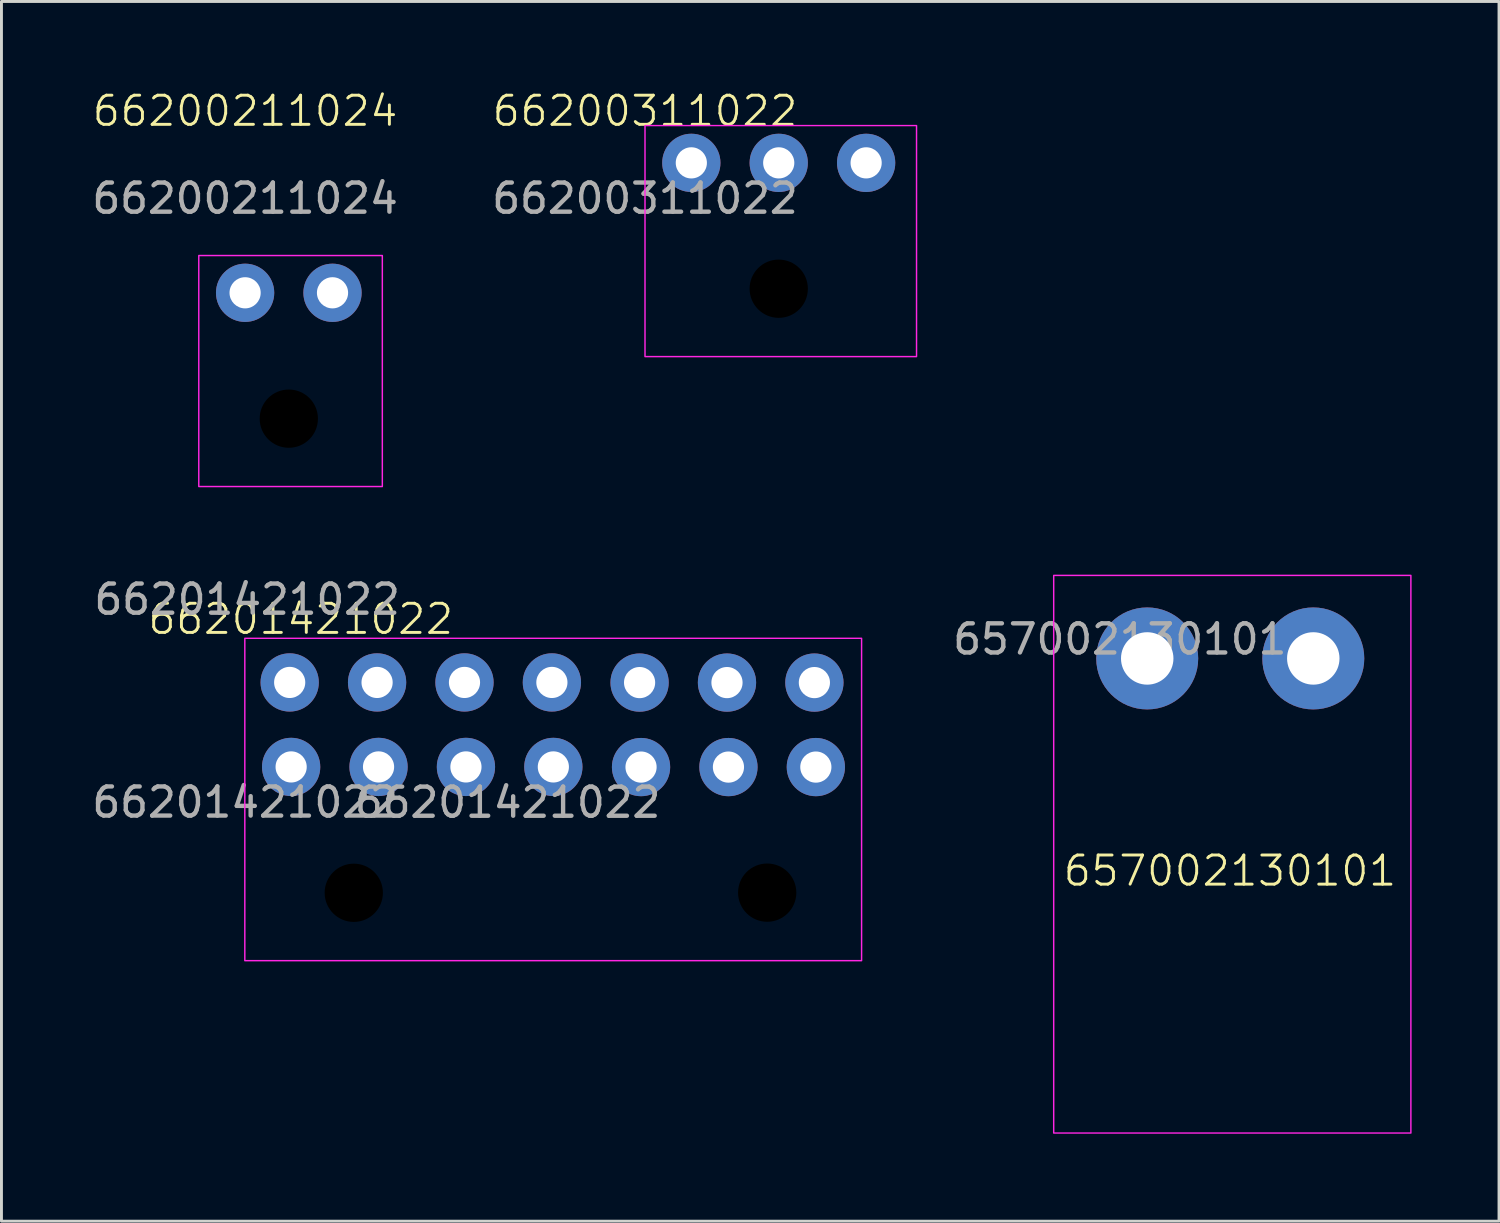
<source format=kicad_pcb>
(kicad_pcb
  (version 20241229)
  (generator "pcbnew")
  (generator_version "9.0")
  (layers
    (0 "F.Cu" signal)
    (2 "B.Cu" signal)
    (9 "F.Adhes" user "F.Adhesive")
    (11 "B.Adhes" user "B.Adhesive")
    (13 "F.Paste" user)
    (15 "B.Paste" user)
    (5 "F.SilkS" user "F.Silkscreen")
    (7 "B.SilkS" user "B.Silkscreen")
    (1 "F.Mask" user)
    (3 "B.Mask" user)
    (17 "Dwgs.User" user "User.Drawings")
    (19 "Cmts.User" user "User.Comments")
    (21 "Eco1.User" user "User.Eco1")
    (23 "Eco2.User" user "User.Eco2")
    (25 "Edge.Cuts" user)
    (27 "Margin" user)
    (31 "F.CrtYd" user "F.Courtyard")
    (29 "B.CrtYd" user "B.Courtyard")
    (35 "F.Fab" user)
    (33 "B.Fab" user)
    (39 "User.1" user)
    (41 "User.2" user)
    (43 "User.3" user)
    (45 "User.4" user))
  (footprint "66200211024"
    (layer "F.Cu")
    (at 5.363 7)
    (property "Reference" "66200211024" (at 0 -6.24 0) (unlocked yes) (layer "F.SilkS") (effects (font (size 1 1) (thickness 0.1))))
    (attr through_hole)
    (fp_rect (start -1.59 -1.28) (end 4.71 6.65) (stroke (width 0.05) (type default)) (fill no) (layer "F.CrtYd"))
    (fp_text user "${REFERENCE}" (at 0 -3.24 0) (unlocked yes) (layer "F.Fab") (effects (font (size 1 1) (thickness 0.15))))
    (pad "" np_thru_hole circle (at 1.5 4.32) (size 2 2) (drill 3) (layers "*.Mask"))
    (pad "1" thru_hole circle (at 3 0) (size 2 2) (drill 1.07) (layers "*.Cu" "*.Mask"))
    (pad "2" thru_hole circle (at 0 0) (size 2 2) (drill 1.07) (layers "*.Cu" "*.Mask")))
  (footprint "66201421022"
    (layer "F.Cu")
    (at 5.363 21.989)
    (property "Reference" "66201421022" (at 1.91 -3.79 0) (unlocked yes) (layer "F.SilkS") (effects (font (size 1 1) (thickness 0.1))))
    (attr smd)
    (fp_rect (start -0.01 -3.13) (end 21.16 7.935) (stroke (width 0.05) (type default)) (fill no) (layer "F.CrtYd"))
    (fp_text user "${REFERENCE}" (at 0 2.5 0) (unlocked yes) (layer "F.Fab") (effects (font (size 1 1) (thickness 0.15))))
    (fp_text user "${REFERENCE}" (at 9.01 2.505 0) (unlocked yes) (layer "F.Fab") (effects (font (size 1 1) (thickness 0.15))))
    (fp_text user "${REFERENCE}" (at 0.07 -4.465 0) (unlocked yes) (layer "F.Fab") (effects (font (size 1 1) (thickness 0.15))))
    (pad "" np_thru_hole circle (at 3.73 5.605) (size 2 2) (drill 3) (layers "*.Mask"))
    (pad "" np_thru_hole circle (at 17.92 5.6) (size 2 2) (drill 3) (layers "*.Mask"))
    (pad "1" thru_hole circle (at 1.53 -1.615) (size 2 2) (drill 1.07) (layers "*.Cu" "*.Mask"))
    (pad "2" thru_hole circle (at 4.53 -1.615) (size 2 2) (drill 1.07) (layers "*.Cu" "*.Mask"))
    (pad "3" thru_hole circle (at 7.53 -1.615) (size 2 2) (drill 1.07) (layers "*.Cu" "*.Mask"))
    (pad "4" thru_hole circle (at 10.53 -1.615) (size 2 2) (drill 1.07) (layers "*.Cu" "*.Mask"))
    (pad "5" thru_hole circle (at 13.54 -1.61) (size 2 2) (drill 1.07) (layers "*.Cu" "*.Mask"))
    (pad "6" thru_hole circle (at 16.54 -1.61) (size 2 2) (drill 1.07) (layers "*.Cu" "*.Mask"))
    (pad "7" thru_hole circle (at 19.54 -1.61) (size 2 2) (drill 1.07) (layers "*.Cu" "*.Mask"))
    (pad "8" thru_hole circle (at 1.58 1.285) (size 2 2) (drill 1.07) (layers "*.Cu" "*.Mask"))
    (pad "9" thru_hole circle (at 4.58 1.285) (size 2 2) (drill 1.07) (layers "*.Cu" "*.Mask"))
    (pad "10" thru_hole circle (at 7.58 1.285) (size 2 2) (drill 1.07) (layers "*.Cu" "*.Mask"))
    (pad "11" thru_hole circle (at 10.58 1.285) (size 2 2) (drill 1.07) (layers "*.Cu" "*.Mask"))
    (pad "12" thru_hole circle (at 13.59 1.29) (size 2 2) (drill 1.07) (layers "*.Cu" "*.Mask"))
    (pad "13" thru_hole circle (at 16.59 1.29) (size 2 2) (drill 1.07) (layers "*.Cu" "*.Mask"))
    (pad "14" thru_hole circle (at 19.59 1.29) (size 2 2) (drill 1.07) (layers "*.Cu" "*.Mask")))
  (footprint "657002130101"
    (layer "F.Cu")
    (at 36.327 19.55)
    (property "Reference" "657002130101" (at 2.84 7.29 0) (unlocked yes) (layer "F.SilkS") (effects (font (size 1 1) (thickness 0.1))))
    (attr through_hole)
    (fp_rect (start -3.21 -2.85) (end 9.05 16.29) (stroke (width 0.05) (type default)) (fill no) (layer "F.CrtYd"))
    (fp_text user "${REFERENCE}" (at -0.94 -0.66 0) (unlocked yes) (layer "F.Fab") (effects (font (size 1 1) (thickness 0.15))))
    (pad "1" thru_hole circle (at 0 0) (size 3.5 3.5) (drill 1.8) (layers "*.Cu" "*.Mask"))
    (pad "2" thru_hole circle (at 5.7 0) (size 3.5 3.5) (drill 1.8) (layers "*.Cu" "*.Mask")))
  (footprint "66200311022"
    (layer "F.Cu")
    (at 19.089 1.26)
    (property "Reference" "66200311022" (at 0 -0.5 0) (unlocked yes) (layer "F.SilkS") (effects (font (size 1 1) (thickness 0.1))))
    (attr smd)
    (fp_rect (start 0 0) (end 9.32 7.93) (stroke (width 0.05) (type default)) (fill no) (layer "F.CrtYd"))
    (fp_text user "${REFERENCE}" (at 0 2.5 0) (unlocked yes) (layer "F.Fab") (effects (font (size 1 1) (thickness 0.15))))
    (pad "" np_thru_hole circle (at 4.59 5.6) (size 2 2) (drill 3) (layers "*.Mask"))
    (pad "1" thru_hole circle (at 7.59 1.28) (size 2 2) (drill 1.07) (layers "*.Cu" "*.Mask"))
    (pad "2" thru_hole circle (at 4.59 1.28) (size 2 2) (drill 1.07) (layers "*.Cu" "*.Mask"))
    (pad "3" thru_hole circle (at 1.59 1.28) (size 2 2) (drill 1.07) (layers "*.Cu" "*.Mask")))
  (gr_rect
    (start -3 -3)
    (end 48.402 38.865)
    (stroke (width 0.1) (type default))
    (fill no)
    (layer "Edge.Cuts")))
</source>
